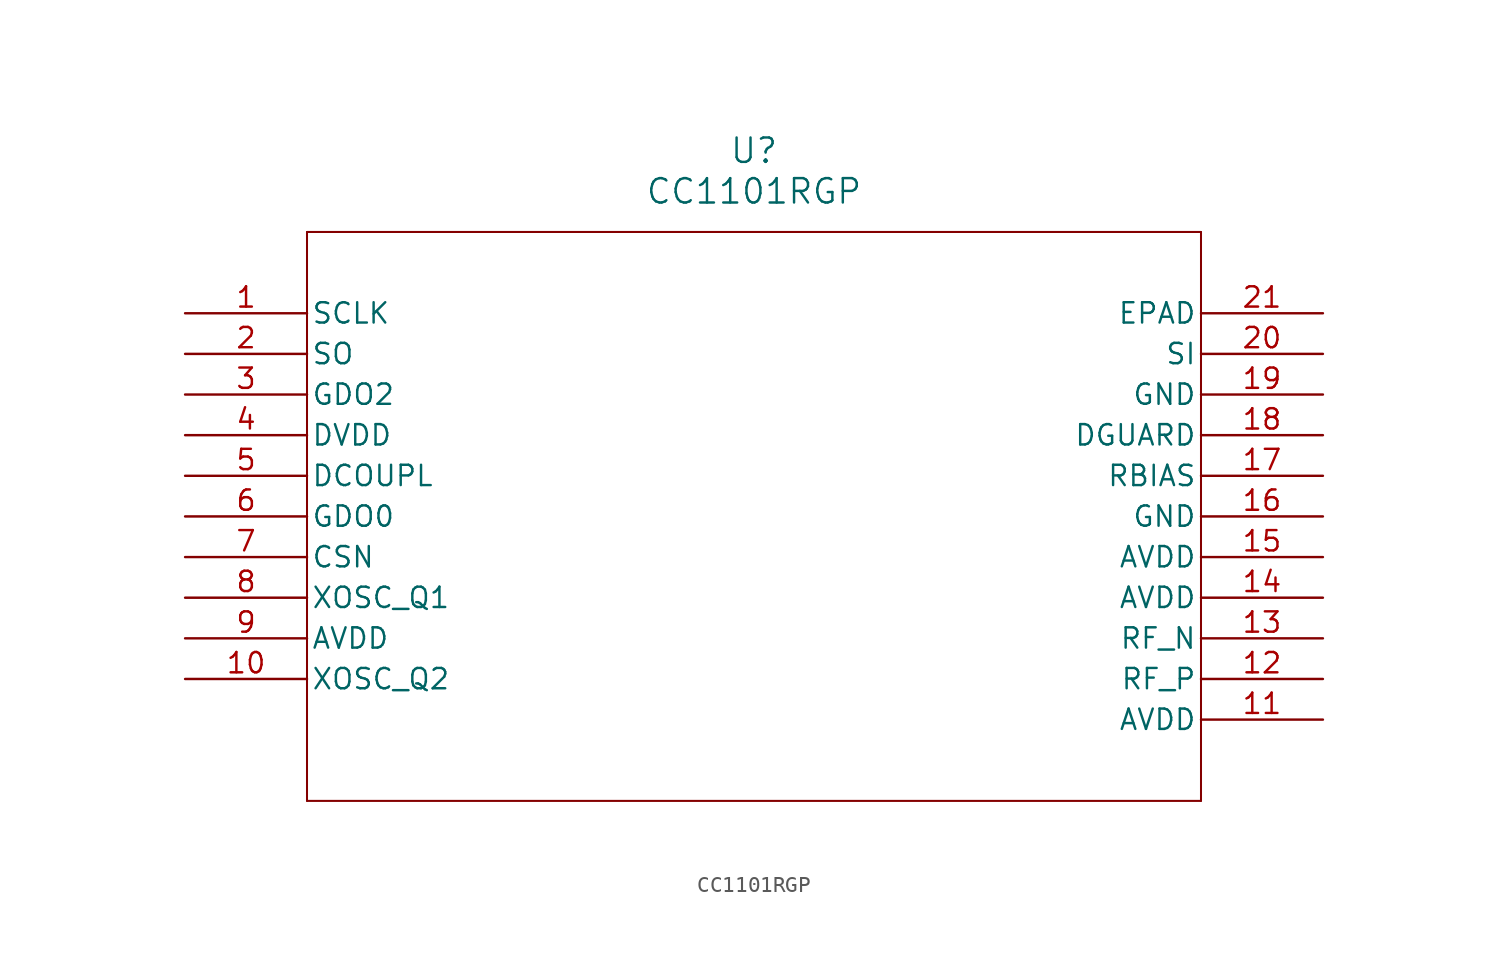
<source format=kicad_sym>
(kicad_symbol_lib
  (version 20211014)
  (generator kicad_symbol_editor)
  (symbol "CC1101RGP"
    (pin_names
      (offset 0.254))
    (property "Reference" "U"
      (at 35.56 10.16 0)
      (effects (font (size 1.524 1.524))))
    (property "Value" "CC1101RGP"
      (at 35.56 7.62 0)
      (effects (font (size 1.524 1.524))))
    (symbol "CC1101RGP_0_1"
      (polyline (pts (xy 7.62 5.08) (xy 7.62 -30.48)) (stroke (width 0.127) (type default) (color 0 0 0 0)) (fill (type none)))
      (polyline (pts (xy 7.62 -30.48) (xy 63.5 -30.48)) (stroke (width 0.127) (type default) (color 0 0 0 0)) (fill (type none)))
      (polyline (pts (xy 63.5 -30.48) (xy 63.5 5.08)) (stroke (width 0.127) (type default) (color 0 0 0 0)) (fill (type none)))
      (polyline (pts (xy 63.5 5.08) (xy 7.62 5.08)) (stroke (width 0.127) (type default) (color 0 0 0 0)) (fill (type none)))
      (pin unspecified line (at 0 0 0) (length 7.62) (name "SCLK" (effects (font (size 1.27 1.27)))) (number "1" (effects (font (size 1.27 1.27)))))
      (pin output line (at 0 -2.54 0) (length 7.62) (name "SO" (effects (font (size 1.27 1.27)))) (number "2" (effects (font (size 1.27 1.27)))))
      (pin output line (at 0 -5.08 0) (length 7.62) (name "GDO2" (effects (font (size 1.27 1.27)))) (number "3" (effects (font (size 1.27 1.27)))))
      (pin power_in line (at 0 -7.62 0) (length 7.62) (name "DVDD" (effects (font (size 1.27 1.27)))) (number "4" (effects (font (size 1.27 1.27)))))
      (pin power_in line (at 0 -10.16 0) (length 7.62) (name "DCOUPL" (effects (font (size 1.27 1.27)))) (number "5" (effects (font (size 1.27 1.27)))))
      (pin bidirectional line (at 0 -12.7 0) (length 7.62) (name "GDO0" (effects (font (size 1.27 1.27)))) (number "6" (effects (font (size 1.27 1.27)))))
      (pin input line (at 0 -15.24 0) (length 7.62) (name "CSN" (effects (font (size 1.27 1.27)))) (number "7" (effects (font (size 1.27 1.27)))))
      (pin bidirectional line (at 0 -17.78 0) (length 7.62) (name "XOSC_Q1" (effects (font (size 1.27 1.27)))) (number "8" (effects (font (size 1.27 1.27)))))
      (pin power_in line (at 0 -20.32 0) (length 7.62) (name "AVDD" (effects (font (size 1.27 1.27)))) (number "9" (effects (font (size 1.27 1.27)))))
      (pin bidirectional line (at 0 -22.86 0) (length 7.62) (name "XOSC_Q2" (effects (font (size 1.27 1.27)))) (number "10" (effects (font (size 1.27 1.27)))))
      (pin power_in line (at 71.12 -25.4 180) (length 7.62) (name "AVDD" (effects (font (size 1.27 1.27)))) (number "11" (effects (font (size 1.27 1.27)))))
      (pin bidirectional line (at 71.12 -22.86 180) (length 7.62) (name "RF_P" (effects (font (size 1.27 1.27)))) (number "12" (effects (font (size 1.27 1.27)))))
      (pin bidirectional line (at 71.12 -20.32 180) (length 7.62) (name "RF_N" (effects (font (size 1.27 1.27)))) (number "13" (effects (font (size 1.27 1.27)))))
      (pin power_in line (at 71.12 -17.78 180) (length 7.62) (name "AVDD" (effects (font (size 1.27 1.27)))) (number "14" (effects (font (size 1.27 1.27)))))
      (pin power_in line (at 71.12 -15.24 180) (length 7.62) (name "AVDD" (effects (font (size 1.27 1.27)))) (number "15" (effects (font (size 1.27 1.27)))))
      (pin power_in line (at 71.12 -12.7 180) (length 7.62) (name "GND" (effects (font (size 1.27 1.27)))) (number "16" (effects (font (size 1.27 1.27)))))
      (pin bidirectional line (at 71.12 -10.16 180) (length 7.62) (name "RBIAS" (effects (font (size 1.27 1.27)))) (number "17" (effects (font (size 1.27 1.27)))))
      (pin power_in line (at 71.12 -7.62 180) (length 7.62) (name "DGUARD" (effects (font (size 1.27 1.27)))) (number "18" (effects (font (size 1.27 1.27)))))
      (pin power_in line (at 71.12 -5.08 180) (length 7.62) (name "GND" (effects (font (size 1.27 1.27)))) (number "19" (effects (font (size 1.27 1.27)))))
      (pin input line (at 71.12 -2.54 180) (length 7.62) (name "SI" (effects (font (size 1.27 1.27)))) (number "20" (effects (font (size 1.27 1.27)))))
      (pin power_in line (at 71.12 0 180) (length 7.62) (name "EPAD" (effects (font (size 1.27 1.27)))) (number "21" (effects (font (size 1.27 1.27))))))))
</source>
